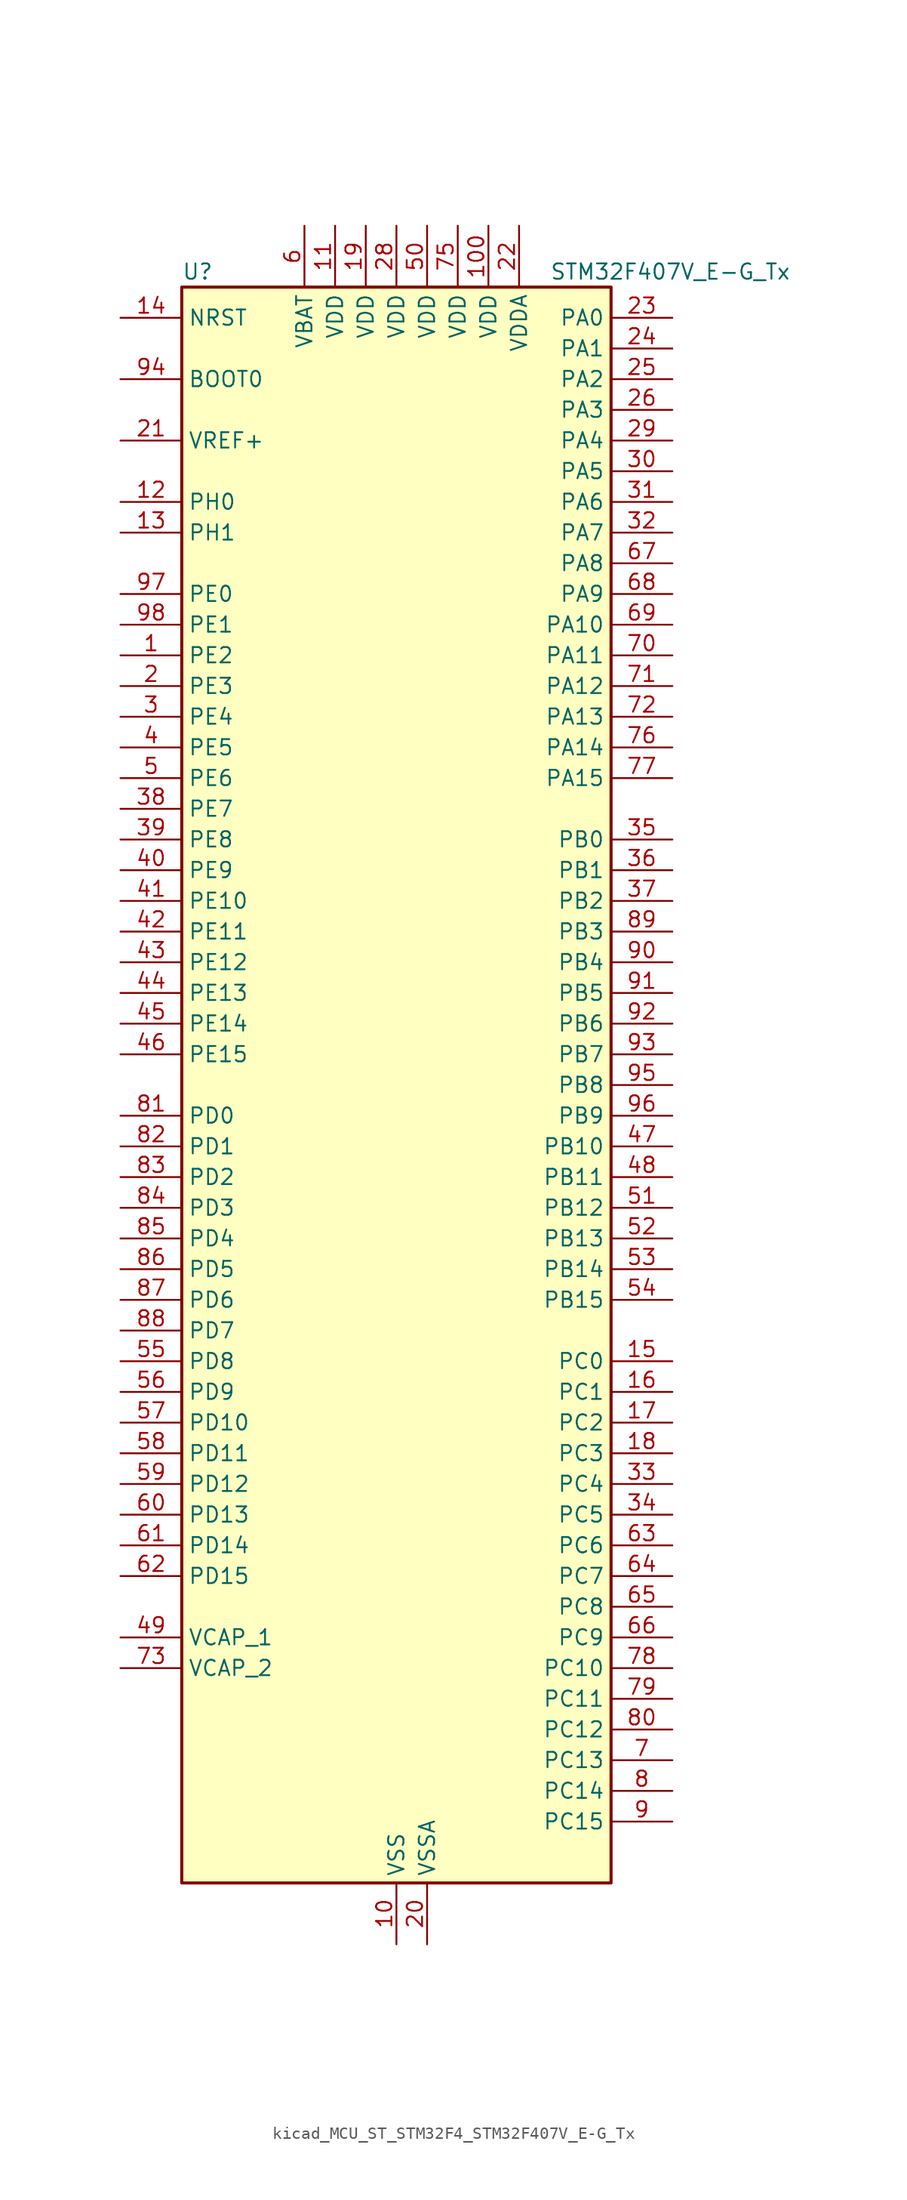
<source format=kicad_sym>
(kicad_symbol_lib
  (version 20220914)
  (generator kicad_symbol_editor)
  (symbol "kicad_MCU_ST_STM32F4_STM32F407V_E-G_Tx"
    (property "Reference" "U"
      (at -17.78 67.31 0)
      (effects (font (size 1.27 1.27)) (justify left)))
    (property "Value" "STM32F407V_E-G_Tx"
      (at 12.7 67.31 0)
      (effects (font (size 1.27 1.27)) (justify left)))
    (property "ki_locked" ""
      (at 0 0 0)
      (effects (font (size 1.27 1.27))))
    (symbol "kicad_MCU_ST_STM32F4_STM32F407V_E-G_Tx_0_1"
      (rectangle (start -17.78 -66.04) (end 17.78 66.04) (stroke (width 0.254) (type default)) (fill (type background))))
    (symbol "kicad_MCU_ST_STM32F4_STM32F407V_E-G_Tx_1_1"
      (pin bidirectional line (at -22.86 35.56 0) (length 5.08) (name "PE2" (effects (font (size 1.27 1.27)))) (number "1" (effects (font (size 1.27 1.27)))) (alternate "ETH_TXD3" bidirectional line) (alternate "FSMC_A23" bidirectional line) (alternate "SYS_TRACECLK" bidirectional line))
      (pin power_in line (at 0 -71.12 90) (length 5.08) (name "VSS" (effects (font (size 1.27 1.27)))) (number "10" (effects (font (size 1.27 1.27)))))
      (pin power_in line (at 7.62 71.12 270) (length 5.08) (name "VDD" (effects (font (size 1.27 1.27)))) (number "100" (effects (font (size 1.27 1.27)))))
      (pin power_in line (at -5.08 71.12 270) (length 5.08) (name "VDD" (effects (font (size 1.27 1.27)))) (number "11" (effects (font (size 1.27 1.27)))))
      (pin bidirectional line (at -22.86 48.26 0) (length 5.08) (name "PH0" (effects (font (size 1.27 1.27)))) (number "12" (effects (font (size 1.27 1.27)))) (alternate "RCC_OSC_IN" bidirectional line))
      (pin bidirectional line (at -22.86 45.72 0) (length 5.08) (name "PH1" (effects (font (size 1.27 1.27)))) (number "13" (effects (font (size 1.27 1.27)))) (alternate "RCC_OSC_OUT" bidirectional line))
      (pin input line (at -22.86 63.5 0) (length 5.08) (name "NRST" (effects (font (size 1.27 1.27)))) (number "14" (effects (font (size 1.27 1.27)))))
      (pin bidirectional line (at 22.86 -22.86 180) (length 5.08) (name "PC0" (effects (font (size 1.27 1.27)))) (number "15" (effects (font (size 1.27 1.27)))) (alternate "ADC1_IN10" bidirectional line) (alternate "ADC2_IN10" bidirectional line) (alternate "ADC3_IN10" bidirectional line) (alternate "USB_OTG_HS_ULPI_STP" bidirectional line))
      (pin bidirectional line (at 22.86 -25.4 180) (length 5.08) (name "PC1" (effects (font (size 1.27 1.27)))) (number "16" (effects (font (size 1.27 1.27)))) (alternate "ADC1_IN11" bidirectional line) (alternate "ADC2_IN11" bidirectional line) (alternate "ADC3_IN11" bidirectional line) (alternate "ETH_MDC" bidirectional line))
      (pin bidirectional line (at 22.86 -27.94 180) (length 5.08) (name "PC2" (effects (font (size 1.27 1.27)))) (number "17" (effects (font (size 1.27 1.27)))) (alternate "ADC1_IN12" bidirectional line) (alternate "ADC2_IN12" bidirectional line) (alternate "ADC3_IN12" bidirectional line) (alternate "ETH_TXD2" bidirectional line) (alternate "I2S2_ext_SD" bidirectional line) (alternate "SPI2_MISO" bidirectional line) (alternate "USB_OTG_HS_ULPI_DIR" bidirectional line))
      (pin bidirectional line (at 22.86 -30.48 180) (length 5.08) (name "PC3" (effects (font (size 1.27 1.27)))) (number "18" (effects (font (size 1.27 1.27)))) (alternate "ADC1_IN13" bidirectional line) (alternate "ADC2_IN13" bidirectional line) (alternate "ADC3_IN13" bidirectional line) (alternate "ETH_TX_CLK" bidirectional line) (alternate "I2S2_SD" bidirectional line) (alternate "SPI2_MOSI" bidirectional line) (alternate "USB_OTG_HS_ULPI_NXT" bidirectional line))
      (pin power_in line (at -2.54 71.12 270) (length 5.08) (name "VDD" (effects (font (size 1.27 1.27)))) (number "19" (effects (font (size 1.27 1.27)))))
      (pin bidirectional line (at -22.86 33.02 0) (length 5.08) (name "PE3" (effects (font (size 1.27 1.27)))) (number "2" (effects (font (size 1.27 1.27)))) (alternate "FSMC_A19" bidirectional line) (alternate "SYS_TRACED0" bidirectional line))
      (pin power_in line (at 2.54 -71.12 90) (length 5.08) (name "VSSA" (effects (font (size 1.27 1.27)))) (number "20" (effects (font (size 1.27 1.27)))))
      (pin input line (at -22.86 53.34 0) (length 5.08) (name "VREF+" (effects (font (size 1.27 1.27)))) (number "21" (effects (font (size 1.27 1.27)))))
      (pin power_in line (at 10.16 71.12 270) (length 5.08) (name "VDDA" (effects (font (size 1.27 1.27)))) (number "22" (effects (font (size 1.27 1.27)))))
      (pin bidirectional line (at 22.86 63.5 180) (length 5.08) (name "PA0" (effects (font (size 1.27 1.27)))) (number "23" (effects (font (size 1.27 1.27)))) (alternate "ADC1_IN0" bidirectional line) (alternate "ADC2_IN0" bidirectional line) (alternate "ADC3_IN0" bidirectional line) (alternate "ETH_CRS" bidirectional line) (alternate "SYS_WKUP" bidirectional line) (alternate "TIM2_CH1" bidirectional line) (alternate "TIM2_ETR" bidirectional line) (alternate "TIM5_CH1" bidirectional line) (alternate "TIM8_ETR" bidirectional line) (alternate "UART4_TX" bidirectional line) (alternate "USART2_CTS" bidirectional line))
      (pin bidirectional line (at 22.86 60.96 180) (length 5.08) (name "PA1" (effects (font (size 1.27 1.27)))) (number "24" (effects (font (size 1.27 1.27)))) (alternate "ADC1_IN1" bidirectional line) (alternate "ADC2_IN1" bidirectional line) (alternate "ADC3_IN1" bidirectional line) (alternate "ETH_REF_CLK" bidirectional line) (alternate "ETH_RX_CLK" bidirectional line) (alternate "TIM2_CH2" bidirectional line) (alternate "TIM5_CH2" bidirectional line) (alternate "UART4_RX" bidirectional line) (alternate "USART2_RTS" bidirectional line))
      (pin bidirectional line (at 22.86 58.42 180) (length 5.08) (name "PA2" (effects (font (size 1.27 1.27)))) (number "25" (effects (font (size 1.27 1.27)))) (alternate "ADC1_IN2" bidirectional line) (alternate "ADC2_IN2" bidirectional line) (alternate "ADC3_IN2" bidirectional line) (alternate "ETH_MDIO" bidirectional line) (alternate "TIM2_CH3" bidirectional line) (alternate "TIM5_CH3" bidirectional line) (alternate "TIM9_CH1" bidirectional line) (alternate "USART2_TX" bidirectional line))
      (pin bidirectional line (at 22.86 55.88 180) (length 5.08) (name "PA3" (effects (font (size 1.27 1.27)))) (number "26" (effects (font (size 1.27 1.27)))) (alternate "ADC1_IN3" bidirectional line) (alternate "ADC2_IN3" bidirectional line) (alternate "ADC3_IN3" bidirectional line) (alternate "ETH_COL" bidirectional line) (alternate "TIM2_CH4" bidirectional line) (alternate "TIM5_CH4" bidirectional line) (alternate "TIM9_CH2" bidirectional line) (alternate "USART2_RX" bidirectional line) (alternate "USB_OTG_HS_ULPI_D0" bidirectional line))
      (pin passive line (at 0 -71.12 90) (length 5.08) hide (name "VSS" (effects (font (size 1.27 1.27)))) (number "27" (effects (font (size 1.27 1.27)))))
      (pin power_in line (at 0 71.12 270) (length 5.08) (name "VDD" (effects (font (size 1.27 1.27)))) (number "28" (effects (font (size 1.27 1.27)))))
      (pin bidirectional line (at 22.86 53.34 180) (length 5.08) (name "PA4" (effects (font (size 1.27 1.27)))) (number "29" (effects (font (size 1.27 1.27)))) (alternate "ADC1_IN4" bidirectional line) (alternate "ADC2_IN4" bidirectional line) (alternate "DAC_OUT1" bidirectional line) (alternate "DCMI_HSYNC" bidirectional line) (alternate "I2S3_WS" bidirectional line) (alternate "SPI1_NSS" bidirectional line) (alternate "SPI3_NSS" bidirectional line) (alternate "USART2_CK" bidirectional line) (alternate "USB_OTG_HS_SOF" bidirectional line))
      (pin bidirectional line (at -22.86 30.48 0) (length 5.08) (name "PE4" (effects (font (size 1.27 1.27)))) (number "3" (effects (font (size 1.27 1.27)))) (alternate "DCMI_D4" bidirectional line) (alternate "FSMC_A20" bidirectional line) (alternate "SYS_TRACED1" bidirectional line))
      (pin bidirectional line (at 22.86 50.8 180) (length 5.08) (name "PA5" (effects (font (size 1.27 1.27)))) (number "30" (effects (font (size 1.27 1.27)))) (alternate "ADC1_IN5" bidirectional line) (alternate "ADC2_IN5" bidirectional line) (alternate "DAC_OUT2" bidirectional line) (alternate "SPI1_SCK" bidirectional line) (alternate "TIM2_CH1" bidirectional line) (alternate "TIM2_ETR" bidirectional line) (alternate "TIM8_CH1N" bidirectional line) (alternate "USB_OTG_HS_ULPI_CK" bidirectional line))
      (pin bidirectional line (at 22.86 48.26 180) (length 5.08) (name "PA6" (effects (font (size 1.27 1.27)))) (number "31" (effects (font (size 1.27 1.27)))) (alternate "ADC1_IN6" bidirectional line) (alternate "ADC2_IN6" bidirectional line) (alternate "DCMI_PIXCLK" bidirectional line) (alternate "SPI1_MISO" bidirectional line) (alternate "TIM13_CH1" bidirectional line) (alternate "TIM1_BKIN" bidirectional line) (alternate "TIM3_CH1" bidirectional line) (alternate "TIM8_BKIN" bidirectional line))
      (pin bidirectional line (at 22.86 45.72 180) (length 5.08) (name "PA7" (effects (font (size 1.27 1.27)))) (number "32" (effects (font (size 1.27 1.27)))) (alternate "ADC1_IN7" bidirectional line) (alternate "ADC2_IN7" bidirectional line) (alternate "ETH_CRS_DV" bidirectional line) (alternate "ETH_RX_DV" bidirectional line) (alternate "SPI1_MOSI" bidirectional line) (alternate "TIM14_CH1" bidirectional line) (alternate "TIM1_CH1N" bidirectional line) (alternate "TIM3_CH2" bidirectional line) (alternate "TIM8_CH1N" bidirectional line))
      (pin bidirectional line (at 22.86 -33.02 180) (length 5.08) (name "PC4" (effects (font (size 1.27 1.27)))) (number "33" (effects (font (size 1.27 1.27)))) (alternate "ADC1_IN14" bidirectional line) (alternate "ADC2_IN14" bidirectional line) (alternate "ETH_RXD0" bidirectional line))
      (pin bidirectional line (at 22.86 -35.56 180) (length 5.08) (name "PC5" (effects (font (size 1.27 1.27)))) (number "34" (effects (font (size 1.27 1.27)))) (alternate "ADC1_IN15" bidirectional line) (alternate "ADC2_IN15" bidirectional line) (alternate "ETH_RXD1" bidirectional line))
      (pin bidirectional line (at 22.86 20.32 180) (length 5.08) (name "PB0" (effects (font (size 1.27 1.27)))) (number "35" (effects (font (size 1.27 1.27)))) (alternate "ADC1_IN8" bidirectional line) (alternate "ADC2_IN8" bidirectional line) (alternate "ETH_RXD2" bidirectional line) (alternate "TIM1_CH2N" bidirectional line) (alternate "TIM3_CH3" bidirectional line) (alternate "TIM8_CH2N" bidirectional line) (alternate "USB_OTG_HS_ULPI_D1" bidirectional line))
      (pin bidirectional line (at 22.86 17.78 180) (length 5.08) (name "PB1" (effects (font (size 1.27 1.27)))) (number "36" (effects (font (size 1.27 1.27)))) (alternate "ADC1_IN9" bidirectional line) (alternate "ADC2_IN9" bidirectional line) (alternate "ETH_RXD3" bidirectional line) (alternate "TIM1_CH3N" bidirectional line) (alternate "TIM3_CH4" bidirectional line) (alternate "TIM8_CH3N" bidirectional line) (alternate "USB_OTG_HS_ULPI_D2" bidirectional line))
      (pin bidirectional line (at 22.86 15.24 180) (length 5.08) (name "PB2" (effects (font (size 1.27 1.27)))) (number "37" (effects (font (size 1.27 1.27)))))
      (pin bidirectional line (at -22.86 22.86 0) (length 5.08) (name "PE7" (effects (font (size 1.27 1.27)))) (number "38" (effects (font (size 1.27 1.27)))) (alternate "FSMC_D4" bidirectional line) (alternate "FSMC_DA4" bidirectional line) (alternate "TIM1_ETR" bidirectional line))
      (pin bidirectional line (at -22.86 20.32 0) (length 5.08) (name "PE8" (effects (font (size 1.27 1.27)))) (number "39" (effects (font (size 1.27 1.27)))) (alternate "FSMC_D5" bidirectional line) (alternate "FSMC_DA5" bidirectional line) (alternate "TIM1_CH1N" bidirectional line))
      (pin bidirectional line (at -22.86 27.94 0) (length 5.08) (name "PE5" (effects (font (size 1.27 1.27)))) (number "4" (effects (font (size 1.27 1.27)))) (alternate "DCMI_D6" bidirectional line) (alternate "FSMC_A21" bidirectional line) (alternate "SYS_TRACED2" bidirectional line) (alternate "TIM9_CH1" bidirectional line))
      (pin bidirectional line (at -22.86 17.78 0) (length 5.08) (name "PE9" (effects (font (size 1.27 1.27)))) (number "40" (effects (font (size 1.27 1.27)))) (alternate "DAC_EXTI9" bidirectional line) (alternate "FSMC_D6" bidirectional line) (alternate "FSMC_DA6" bidirectional line) (alternate "TIM1_CH1" bidirectional line))
      (pin bidirectional line (at -22.86 15.24 0) (length 5.08) (name "PE10" (effects (font (size 1.27 1.27)))) (number "41" (effects (font (size 1.27 1.27)))) (alternate "FSMC_D7" bidirectional line) (alternate "FSMC_DA7" bidirectional line) (alternate "TIM1_CH2N" bidirectional line))
      (pin bidirectional line (at -22.86 12.7 0) (length 5.08) (name "PE11" (effects (font (size 1.27 1.27)))) (number "42" (effects (font (size 1.27 1.27)))) (alternate "ADC1_EXTI11" bidirectional line) (alternate "ADC2_EXTI11" bidirectional line) (alternate "ADC3_EXTI11" bidirectional line) (alternate "FSMC_D8" bidirectional line) (alternate "FSMC_DA8" bidirectional line) (alternate "TIM1_CH2" bidirectional line))
      (pin bidirectional line (at -22.86 10.16 0) (length 5.08) (name "PE12" (effects (font (size 1.27 1.27)))) (number "43" (effects (font (size 1.27 1.27)))) (alternate "FSMC_D9" bidirectional line) (alternate "FSMC_DA9" bidirectional line) (alternate "TIM1_CH3N" bidirectional line))
      (pin bidirectional line (at -22.86 7.62 0) (length 5.08) (name "PE13" (effects (font (size 1.27 1.27)))) (number "44" (effects (font (size 1.27 1.27)))) (alternate "FSMC_D10" bidirectional line) (alternate "FSMC_DA10" bidirectional line) (alternate "TIM1_CH3" bidirectional line))
      (pin bidirectional line (at -22.86 5.08 0) (length 5.08) (name "PE14" (effects (font (size 1.27 1.27)))) (number "45" (effects (font (size 1.27 1.27)))) (alternate "FSMC_D11" bidirectional line) (alternate "FSMC_DA11" bidirectional line) (alternate "TIM1_CH4" bidirectional line))
      (pin bidirectional line (at -22.86 2.54 0) (length 5.08) (name "PE15" (effects (font (size 1.27 1.27)))) (number "46" (effects (font (size 1.27 1.27)))) (alternate "ADC1_EXTI15" bidirectional line) (alternate "ADC2_EXTI15" bidirectional line) (alternate "ADC3_EXTI15" bidirectional line) (alternate "FSMC_D12" bidirectional line) (alternate "FSMC_DA12" bidirectional line) (alternate "TIM1_BKIN" bidirectional line))
      (pin bidirectional line (at 22.86 -5.08 180) (length 5.08) (name "PB10" (effects (font (size 1.27 1.27)))) (number "47" (effects (font (size 1.27 1.27)))) (alternate "ETH_RX_ER" bidirectional line) (alternate "I2C2_SCL" bidirectional line) (alternate "I2S2_CK" bidirectional line) (alternate "SPI2_SCK" bidirectional line) (alternate "TIM2_CH3" bidirectional line) (alternate "USART3_TX" bidirectional line) (alternate "USB_OTG_HS_ULPI_D3" bidirectional line))
      (pin bidirectional line (at 22.86 -7.62 180) (length 5.08) (name "PB11" (effects (font (size 1.27 1.27)))) (number "48" (effects (font (size 1.27 1.27)))) (alternate "ADC1_EXTI11" bidirectional line) (alternate "ADC2_EXTI11" bidirectional line) (alternate "ADC3_EXTI11" bidirectional line) (alternate "ETH_TX_EN" bidirectional line) (alternate "I2C2_SDA" bidirectional line) (alternate "TIM2_CH4" bidirectional line) (alternate "USART3_RX" bidirectional line) (alternate "USB_OTG_HS_ULPI_D4" bidirectional line))
      (pin power_out line (at -22.86 -45.72 0) (length 5.08) (name "VCAP_1" (effects (font (size 1.27 1.27)))) (number "49" (effects (font (size 1.27 1.27)))))
      (pin bidirectional line (at -22.86 25.4 0) (length 5.08) (name "PE6" (effects (font (size 1.27 1.27)))) (number "5" (effects (font (size 1.27 1.27)))) (alternate "DCMI_D7" bidirectional line) (alternate "FSMC_A22" bidirectional line) (alternate "SYS_TRACED3" bidirectional line) (alternate "TIM9_CH2" bidirectional line))
      (pin power_in line (at 2.54 71.12 270) (length 5.08) (name "VDD" (effects (font (size 1.27 1.27)))) (number "50" (effects (font (size 1.27 1.27)))))
      (pin bidirectional line (at 22.86 -10.16 180) (length 5.08) (name "PB12" (effects (font (size 1.27 1.27)))) (number "51" (effects (font (size 1.27 1.27)))) (alternate "CAN2_RX" bidirectional line) (alternate "ETH_TXD0" bidirectional line) (alternate "I2C2_SMBA" bidirectional line) (alternate "I2S2_WS" bidirectional line) (alternate "SPI2_NSS" bidirectional line) (alternate "TIM1_BKIN" bidirectional line) (alternate "USART3_CK" bidirectional line) (alternate "USB_OTG_HS_ID" bidirectional line) (alternate "USB_OTG_HS_ULPI_D5" bidirectional line))
      (pin bidirectional line (at 22.86 -12.7 180) (length 5.08) (name "PB13" (effects (font (size 1.27 1.27)))) (number "52" (effects (font (size 1.27 1.27)))) (alternate "CAN2_TX" bidirectional line) (alternate "ETH_TXD1" bidirectional line) (alternate "I2S2_CK" bidirectional line) (alternate "SPI2_SCK" bidirectional line) (alternate "TIM1_CH1N" bidirectional line) (alternate "USART3_CTS" bidirectional line) (alternate "USB_OTG_HS_ULPI_D6" bidirectional line) (alternate "USB_OTG_HS_VBUS" bidirectional line))
      (pin bidirectional line (at 22.86 -15.24 180) (length 5.08) (name "PB14" (effects (font (size 1.27 1.27)))) (number "53" (effects (font (size 1.27 1.27)))) (alternate "I2S2_ext_SD" bidirectional line) (alternate "SPI2_MISO" bidirectional line) (alternate "TIM12_CH1" bidirectional line) (alternate "TIM1_CH2N" bidirectional line) (alternate "TIM8_CH2N" bidirectional line) (alternate "USART3_RTS" bidirectional line) (alternate "USB_OTG_HS_DM" bidirectional line))
      (pin bidirectional line (at 22.86 -17.78 180) (length 5.08) (name "PB15" (effects (font (size 1.27 1.27)))) (number "54" (effects (font (size 1.27 1.27)))) (alternate "ADC1_EXTI15" bidirectional line) (alternate "ADC2_EXTI15" bidirectional line) (alternate "ADC3_EXTI15" bidirectional line) (alternate "I2S2_SD" bidirectional line) (alternate "RTC_REFIN" bidirectional line) (alternate "SPI2_MOSI" bidirectional line) (alternate "TIM12_CH2" bidirectional line) (alternate "TIM1_CH3N" bidirectional line) (alternate "TIM8_CH3N" bidirectional line) (alternate "USB_OTG_HS_DP" bidirectional line))
      (pin bidirectional line (at -22.86 -22.86 0) (length 5.08) (name "PD8" (effects (font (size 1.27 1.27)))) (number "55" (effects (font (size 1.27 1.27)))) (alternate "FSMC_D13" bidirectional line) (alternate "FSMC_DA13" bidirectional line) (alternate "USART3_TX" bidirectional line))
      (pin bidirectional line (at -22.86 -25.4 0) (length 5.08) (name "PD9" (effects (font (size 1.27 1.27)))) (number "56" (effects (font (size 1.27 1.27)))) (alternate "DAC_EXTI9" bidirectional line) (alternate "FSMC_D14" bidirectional line) (alternate "FSMC_DA14" bidirectional line) (alternate "USART3_RX" bidirectional line))
      (pin bidirectional line (at -22.86 -27.94 0) (length 5.08) (name "PD10" (effects (font (size 1.27 1.27)))) (number "57" (effects (font (size 1.27 1.27)))) (alternate "FSMC_D15" bidirectional line) (alternate "FSMC_DA15" bidirectional line) (alternate "USART3_CK" bidirectional line))
      (pin bidirectional line (at -22.86 -30.48 0) (length 5.08) (name "PD11" (effects (font (size 1.27 1.27)))) (number "58" (effects (font (size 1.27 1.27)))) (alternate "ADC1_EXTI11" bidirectional line) (alternate "ADC2_EXTI11" bidirectional line) (alternate "ADC3_EXTI11" bidirectional line) (alternate "FSMC_A16" bidirectional line) (alternate "FSMC_CLE" bidirectional line) (alternate "USART3_CTS" bidirectional line))
      (pin bidirectional line (at -22.86 -33.02 0) (length 5.08) (name "PD12" (effects (font (size 1.27 1.27)))) (number "59" (effects (font (size 1.27 1.27)))) (alternate "FSMC_A17" bidirectional line) (alternate "FSMC_ALE" bidirectional line) (alternate "TIM4_CH1" bidirectional line) (alternate "USART3_RTS" bidirectional line))
      (pin power_in line (at -7.62 71.12 270) (length 5.08) (name "VBAT" (effects (font (size 1.27 1.27)))) (number "6" (effects (font (size 1.27 1.27)))))
      (pin bidirectional line (at -22.86 -35.56 0) (length 5.08) (name "PD13" (effects (font (size 1.27 1.27)))) (number "60" (effects (font (size 1.27 1.27)))) (alternate "FSMC_A18" bidirectional line) (alternate "TIM4_CH2" bidirectional line))
      (pin bidirectional line (at -22.86 -38.1 0) (length 5.08) (name "PD14" (effects (font (size 1.27 1.27)))) (number "61" (effects (font (size 1.27 1.27)))) (alternate "FSMC_D0" bidirectional line) (alternate "FSMC_DA0" bidirectional line) (alternate "TIM4_CH3" bidirectional line))
      (pin bidirectional line (at -22.86 -40.64 0) (length 5.08) (name "PD15" (effects (font (size 1.27 1.27)))) (number "62" (effects (font (size 1.27 1.27)))) (alternate "ADC1_EXTI15" bidirectional line) (alternate "ADC2_EXTI15" bidirectional line) (alternate "ADC3_EXTI15" bidirectional line) (alternate "FSMC_D1" bidirectional line) (alternate "FSMC_DA1" bidirectional line) (alternate "TIM4_CH4" bidirectional line))
      (pin bidirectional line (at 22.86 -38.1 180) (length 5.08) (name "PC6" (effects (font (size 1.27 1.27)))) (number "63" (effects (font (size 1.27 1.27)))) (alternate "DCMI_D0" bidirectional line) (alternate "I2S2_MCK" bidirectional line) (alternate "SDIO_D6" bidirectional line) (alternate "TIM3_CH1" bidirectional line) (alternate "TIM8_CH1" bidirectional line) (alternate "USART6_TX" bidirectional line))
      (pin bidirectional line (at 22.86 -40.64 180) (length 5.08) (name "PC7" (effects (font (size 1.27 1.27)))) (number "64" (effects (font (size 1.27 1.27)))) (alternate "DCMI_D1" bidirectional line) (alternate "I2S3_MCK" bidirectional line) (alternate "SDIO_D7" bidirectional line) (alternate "TIM3_CH2" bidirectional line) (alternate "TIM8_CH2" bidirectional line) (alternate "USART6_RX" bidirectional line))
      (pin bidirectional line (at 22.86 -43.18 180) (length 5.08) (name "PC8" (effects (font (size 1.27 1.27)))) (number "65" (effects (font (size 1.27 1.27)))) (alternate "DCMI_D2" bidirectional line) (alternate "SDIO_D0" bidirectional line) (alternate "TIM3_CH3" bidirectional line) (alternate "TIM8_CH3" bidirectional line) (alternate "USART6_CK" bidirectional line))
      (pin bidirectional line (at 22.86 -45.72 180) (length 5.08) (name "PC9" (effects (font (size 1.27 1.27)))) (number "66" (effects (font (size 1.27 1.27)))) (alternate "DAC_EXTI9" bidirectional line) (alternate "DCMI_D3" bidirectional line) (alternate "I2C3_SDA" bidirectional line) (alternate "I2S_CKIN" bidirectional line) (alternate "RCC_MCO_2" bidirectional line) (alternate "SDIO_D1" bidirectional line) (alternate "TIM3_CH4" bidirectional line) (alternate "TIM8_CH4" bidirectional line))
      (pin bidirectional line (at 22.86 43.18 180) (length 5.08) (name "PA8" (effects (font (size 1.27 1.27)))) (number "67" (effects (font (size 1.27 1.27)))) (alternate "I2C3_SCL" bidirectional line) (alternate "RCC_MCO_1" bidirectional line) (alternate "TIM1_CH1" bidirectional line) (alternate "USART1_CK" bidirectional line) (alternate "USB_OTG_FS_SOF" bidirectional line))
      (pin bidirectional line (at 22.86 40.64 180) (length 5.08) (name "PA9" (effects (font (size 1.27 1.27)))) (number "68" (effects (font (size 1.27 1.27)))) (alternate "DAC_EXTI9" bidirectional line) (alternate "DCMI_D0" bidirectional line) (alternate "I2C3_SMBA" bidirectional line) (alternate "TIM1_CH2" bidirectional line) (alternate "USART1_TX" bidirectional line) (alternate "USB_OTG_FS_VBUS" bidirectional line))
      (pin bidirectional line (at 22.86 38.1 180) (length 5.08) (name "PA10" (effects (font (size 1.27 1.27)))) (number "69" (effects (font (size 1.27 1.27)))) (alternate "DCMI_D1" bidirectional line) (alternate "TIM1_CH3" bidirectional line) (alternate "USART1_RX" bidirectional line) (alternate "USB_OTG_FS_ID" bidirectional line))
      (pin bidirectional line (at 22.86 -55.88 180) (length 5.08) (name "PC13" (effects (font (size 1.27 1.27)))) (number "7" (effects (font (size 1.27 1.27)))) (alternate "RTC_AF1" bidirectional line))
      (pin bidirectional line (at 22.86 35.56 180) (length 5.08) (name "PA11" (effects (font (size 1.27 1.27)))) (number "70" (effects (font (size 1.27 1.27)))) (alternate "ADC1_EXTI11" bidirectional line) (alternate "ADC2_EXTI11" bidirectional line) (alternate "ADC3_EXTI11" bidirectional line) (alternate "CAN1_RX" bidirectional line) (alternate "TIM1_CH4" bidirectional line) (alternate "USART1_CTS" bidirectional line) (alternate "USB_OTG_FS_DM" bidirectional line))
      (pin bidirectional line (at 22.86 33.02 180) (length 5.08) (name "PA12" (effects (font (size 1.27 1.27)))) (number "71" (effects (font (size 1.27 1.27)))) (alternate "CAN1_TX" bidirectional line) (alternate "TIM1_ETR" bidirectional line) (alternate "USART1_RTS" bidirectional line) (alternate "USB_OTG_FS_DP" bidirectional line))
      (pin bidirectional line (at 22.86 30.48 180) (length 5.08) (name "PA13" (effects (font (size 1.27 1.27)))) (number "72" (effects (font (size 1.27 1.27)))) (alternate "SYS_JTMS-SWDIO" bidirectional line))
      (pin power_out line (at -22.86 -48.26 0) (length 5.08) (name "VCAP_2" (effects (font (size 1.27 1.27)))) (number "73" (effects (font (size 1.27 1.27)))))
      (pin passive line (at 0 -71.12 90) (length 5.08) hide (name "VSS" (effects (font (size 1.27 1.27)))) (number "74" (effects (font (size 1.27 1.27)))))
      (pin power_in line (at 5.08 71.12 270) (length 5.08) (name "VDD" (effects (font (size 1.27 1.27)))) (number "75" (effects (font (size 1.27 1.27)))))
      (pin bidirectional line (at 22.86 27.94 180) (length 5.08) (name "PA14" (effects (font (size 1.27 1.27)))) (number "76" (effects (font (size 1.27 1.27)))) (alternate "SYS_JTCK-SWCLK" bidirectional line))
      (pin bidirectional line (at 22.86 25.4 180) (length 5.08) (name "PA15" (effects (font (size 1.27 1.27)))) (number "77" (effects (font (size 1.27 1.27)))) (alternate "ADC1_EXTI15" bidirectional line) (alternate "ADC2_EXTI15" bidirectional line) (alternate "ADC3_EXTI15" bidirectional line) (alternate "I2S3_WS" bidirectional line) (alternate "SPI1_NSS" bidirectional line) (alternate "SPI3_NSS" bidirectional line) (alternate "SYS_JTDI" bidirectional line) (alternate "TIM2_CH1" bidirectional line) (alternate "TIM2_ETR" bidirectional line))
      (pin bidirectional line (at 22.86 -48.26 180) (length 5.08) (name "PC10" (effects (font (size 1.27 1.27)))) (number "78" (effects (font (size 1.27 1.27)))) (alternate "DCMI_D8" bidirectional line) (alternate "I2S3_CK" bidirectional line) (alternate "SDIO_D2" bidirectional line) (alternate "SPI3_SCK" bidirectional line) (alternate "UART4_TX" bidirectional line) (alternate "USART3_TX" bidirectional line))
      (pin bidirectional line (at 22.86 -50.8 180) (length 5.08) (name "PC11" (effects (font (size 1.27 1.27)))) (number "79" (effects (font (size 1.27 1.27)))) (alternate "ADC1_EXTI11" bidirectional line) (alternate "ADC2_EXTI11" bidirectional line) (alternate "ADC3_EXTI11" bidirectional line) (alternate "DCMI_D4" bidirectional line) (alternate "I2S3_ext_SD" bidirectional line) (alternate "SDIO_D3" bidirectional line) (alternate "SPI3_MISO" bidirectional line) (alternate "UART4_RX" bidirectional line) (alternate "USART3_RX" bidirectional line))
      (pin bidirectional line (at 22.86 -58.42 180) (length 5.08) (name "PC14" (effects (font (size 1.27 1.27)))) (number "8" (effects (font (size 1.27 1.27)))) (alternate "RCC_OSC32_IN" bidirectional line))
      (pin bidirectional line (at 22.86 -53.34 180) (length 5.08) (name "PC12" (effects (font (size 1.27 1.27)))) (number "80" (effects (font (size 1.27 1.27)))) (alternate "DCMI_D9" bidirectional line) (alternate "I2S3_SD" bidirectional line) (alternate "SDIO_CK" bidirectional line) (alternate "SPI3_MOSI" bidirectional line) (alternate "UART5_TX" bidirectional line) (alternate "USART3_CK" bidirectional line))
      (pin bidirectional line (at -22.86 -2.54 0) (length 5.08) (name "PD0" (effects (font (size 1.27 1.27)))) (number "81" (effects (font (size 1.27 1.27)))) (alternate "CAN1_RX" bidirectional line) (alternate "FSMC_D2" bidirectional line) (alternate "FSMC_DA2" bidirectional line))
      (pin bidirectional line (at -22.86 -5.08 0) (length 5.08) (name "PD1" (effects (font (size 1.27 1.27)))) (number "82" (effects (font (size 1.27 1.27)))) (alternate "CAN1_TX" bidirectional line) (alternate "FSMC_D3" bidirectional line) (alternate "FSMC_DA3" bidirectional line))
      (pin bidirectional line (at -22.86 -7.62 0) (length 5.08) (name "PD2" (effects (font (size 1.27 1.27)))) (number "83" (effects (font (size 1.27 1.27)))) (alternate "DCMI_D11" bidirectional line) (alternate "SDIO_CMD" bidirectional line) (alternate "TIM3_ETR" bidirectional line) (alternate "UART5_RX" bidirectional line))
      (pin bidirectional line (at -22.86 -10.16 0) (length 5.08) (name "PD3" (effects (font (size 1.27 1.27)))) (number "84" (effects (font (size 1.27 1.27)))) (alternate "FSMC_CLK" bidirectional line) (alternate "USART2_CTS" bidirectional line))
      (pin bidirectional line (at -22.86 -12.7 0) (length 5.08) (name "PD4" (effects (font (size 1.27 1.27)))) (number "85" (effects (font (size 1.27 1.27)))) (alternate "FSMC_NOE" bidirectional line) (alternate "USART2_RTS" bidirectional line))
      (pin bidirectional line (at -22.86 -15.24 0) (length 5.08) (name "PD5" (effects (font (size 1.27 1.27)))) (number "86" (effects (font (size 1.27 1.27)))) (alternate "FSMC_NWE" bidirectional line) (alternate "USART2_TX" bidirectional line))
      (pin bidirectional line (at -22.86 -17.78 0) (length 5.08) (name "PD6" (effects (font (size 1.27 1.27)))) (number "87" (effects (font (size 1.27 1.27)))) (alternate "FSMC_NWAIT" bidirectional line) (alternate "USART2_RX" bidirectional line))
      (pin bidirectional line (at -22.86 -20.32 0) (length 5.08) (name "PD7" (effects (font (size 1.27 1.27)))) (number "88" (effects (font (size 1.27 1.27)))) (alternate "FSMC_NCE2" bidirectional line) (alternate "FSMC_NE1" bidirectional line) (alternate "USART2_CK" bidirectional line))
      (pin bidirectional line (at 22.86 12.7 180) (length 5.08) (name "PB3" (effects (font (size 1.27 1.27)))) (number "89" (effects (font (size 1.27 1.27)))) (alternate "I2S3_CK" bidirectional line) (alternate "SPI1_SCK" bidirectional line) (alternate "SPI3_SCK" bidirectional line) (alternate "SYS_JTDO-SWO" bidirectional line) (alternate "TIM2_CH2" bidirectional line))
      (pin bidirectional line (at 22.86 -60.96 180) (length 5.08) (name "PC15" (effects (font (size 1.27 1.27)))) (number "9" (effects (font (size 1.27 1.27)))) (alternate "ADC1_EXTI15" bidirectional line) (alternate "ADC2_EXTI15" bidirectional line) (alternate "ADC3_EXTI15" bidirectional line) (alternate "RCC_OSC32_OUT" bidirectional line))
      (pin bidirectional line (at 22.86 10.16 180) (length 5.08) (name "PB4" (effects (font (size 1.27 1.27)))) (number "90" (effects (font (size 1.27 1.27)))) (alternate "I2S3_ext_SD" bidirectional line) (alternate "SPI1_MISO" bidirectional line) (alternate "SPI3_MISO" bidirectional line) (alternate "SYS_JTRST" bidirectional line) (alternate "TIM3_CH1" bidirectional line))
      (pin bidirectional line (at 22.86 7.62 180) (length 5.08) (name "PB5" (effects (font (size 1.27 1.27)))) (number "91" (effects (font (size 1.27 1.27)))) (alternate "CAN2_RX" bidirectional line) (alternate "DCMI_D10" bidirectional line) (alternate "ETH_PPS_OUT" bidirectional line) (alternate "I2C1_SMBA" bidirectional line) (alternate "I2S3_SD" bidirectional line) (alternate "SPI1_MOSI" bidirectional line) (alternate "SPI3_MOSI" bidirectional line) (alternate "TIM3_CH2" bidirectional line) (alternate "USB_OTG_HS_ULPI_D7" bidirectional line))
      (pin bidirectional line (at 22.86 5.08 180) (length 5.08) (name "PB6" (effects (font (size 1.27 1.27)))) (number "92" (effects (font (size 1.27 1.27)))) (alternate "CAN2_TX" bidirectional line) (alternate "DCMI_D5" bidirectional line) (alternate "I2C1_SCL" bidirectional line) (alternate "TIM4_CH1" bidirectional line) (alternate "USART1_TX" bidirectional line))
      (pin bidirectional line (at 22.86 2.54 180) (length 5.08) (name "PB7" (effects (font (size 1.27 1.27)))) (number "93" (effects (font (size 1.27 1.27)))) (alternate "DCMI_VSYNC" bidirectional line) (alternate "FSMC_NL" bidirectional line) (alternate "I2C1_SDA" bidirectional line) (alternate "TIM4_CH2" bidirectional line) (alternate "USART1_RX" bidirectional line))
      (pin input line (at -22.86 58.42 0) (length 5.08) (name "BOOT0" (effects (font (size 1.27 1.27)))) (number "94" (effects (font (size 1.27 1.27)))))
      (pin bidirectional line (at 22.86 0 180) (length 5.08) (name "PB8" (effects (font (size 1.27 1.27)))) (number "95" (effects (font (size 1.27 1.27)))) (alternate "CAN1_RX" bidirectional line) (alternate "DCMI_D6" bidirectional line) (alternate "ETH_TXD3" bidirectional line) (alternate "I2C1_SCL" bidirectional line) (alternate "SDIO_D4" bidirectional line) (alternate "TIM10_CH1" bidirectional line) (alternate "TIM4_CH3" bidirectional line))
      (pin bidirectional line (at 22.86 -2.54 180) (length 5.08) (name "PB9" (effects (font (size 1.27 1.27)))) (number "96" (effects (font (size 1.27 1.27)))) (alternate "CAN1_TX" bidirectional line) (alternate "DAC_EXTI9" bidirectional line) (alternate "DCMI_D7" bidirectional line) (alternate "I2C1_SDA" bidirectional line) (alternate "I2S2_WS" bidirectional line) (alternate "SDIO_D5" bidirectional line) (alternate "SPI2_NSS" bidirectional line) (alternate "TIM11_CH1" bidirectional line) (alternate "TIM4_CH4" bidirectional line))
      (pin bidirectional line (at -22.86 40.64 0) (length 5.08) (name "PE0" (effects (font (size 1.27 1.27)))) (number "97" (effects (font (size 1.27 1.27)))) (alternate "DCMI_D2" bidirectional line) (alternate "FSMC_NBL0" bidirectional line) (alternate "TIM4_ETR" bidirectional line))
      (pin bidirectional line (at -22.86 38.1 0) (length 5.08) (name "PE1" (effects (font (size 1.27 1.27)))) (number "98" (effects (font (size 1.27 1.27)))) (alternate "DCMI_D3" bidirectional line) (alternate "FSMC_NBL1" bidirectional line))
      (pin passive line (at 0 -71.12 90) (length 5.08) hide (name "VSS" (effects (font (size 1.27 1.27)))) (number "99" (effects (font (size 1.27 1.27))))))))
</source>
